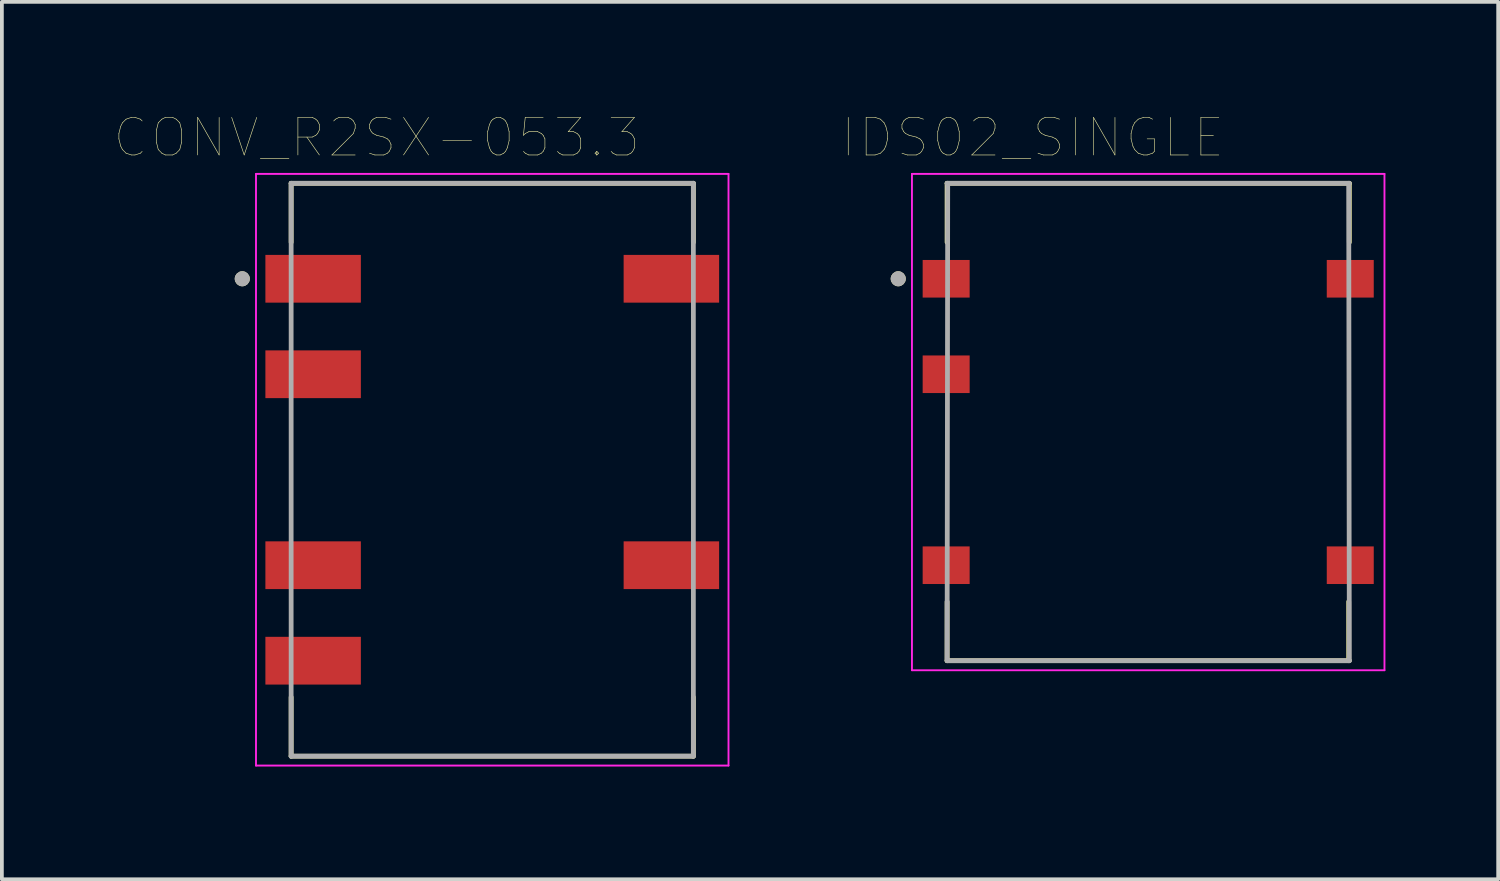
<source format=kicad_pcb>
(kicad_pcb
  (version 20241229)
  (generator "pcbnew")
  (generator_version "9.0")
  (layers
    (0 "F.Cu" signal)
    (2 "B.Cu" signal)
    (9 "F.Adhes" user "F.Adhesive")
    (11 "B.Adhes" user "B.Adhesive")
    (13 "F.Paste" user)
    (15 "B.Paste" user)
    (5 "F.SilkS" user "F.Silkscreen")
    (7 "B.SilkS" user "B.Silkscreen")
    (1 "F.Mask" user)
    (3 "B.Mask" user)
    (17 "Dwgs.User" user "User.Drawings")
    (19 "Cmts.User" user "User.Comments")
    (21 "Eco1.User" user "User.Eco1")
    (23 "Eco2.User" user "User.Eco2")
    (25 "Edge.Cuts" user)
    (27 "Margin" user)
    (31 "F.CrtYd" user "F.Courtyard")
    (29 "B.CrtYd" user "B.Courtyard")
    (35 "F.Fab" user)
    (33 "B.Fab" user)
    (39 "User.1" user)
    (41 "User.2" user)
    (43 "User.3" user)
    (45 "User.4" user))
  (footprint "IDS02_SINGLE"
    (layer "F.Cu")
    (at 27.495 9.446)
    (property "Reference" "IDS02_SINGLE" (at -3.075 -8.835 0) (layer "F.SilkS") (effects (font (size 1 1) (thickness 0.015))))
    (attr smd)
    (fp_line (start -5.35 -7.62) (end 5.35 -7.62) (stroke (width 0.127) (type solid)) (layer "F.SilkS"))
    (fp_line (start -5.35 -6.05) (end -5.35 -7.62) (stroke (width 0.127) (type solid)) (layer "F.SilkS"))
    (fp_line (start -5.35 3.51) (end -5.35 5.08) (stroke (width 0.127) (type solid)) (layer "F.SilkS"))
    (fp_line (start -5.35 5.08) (end 5.35 5.08) (stroke (width 0.127) (type solid)) (layer "F.SilkS"))
    (fp_line (start 5.334 5.08) (end 5.334 3.51) (stroke (width 0.127) (type solid)) (layer "F.SilkS"))
    (fp_line (start 5.35 -7.62) (end 5.35 -6.05) (stroke (width 0.127) (type solid)) (layer "F.SilkS"))
    (fp_circle (center -6.65 -5.08) (end -6.55 -5.08) (stroke (width 0.2) (type solid)) (fill no) (layer "F.SilkS"))
    (fp_line (start -6.285 -7.87) (end 6.285 -7.87) (stroke (width 0.05) (type solid)) (layer "F.CrtYd"))
    (fp_line (start -6.285 5.334) (end -6.285 -7.87) (stroke (width 0.05) (type solid)) (layer "F.CrtYd"))
    (fp_line (start 6.285 -7.87) (end 6.285 5.334) (stroke (width 0.05) (type solid)) (layer "F.CrtYd"))
    (fp_line (start 6.285 5.334) (end -6.285 5.334) (stroke (width 0.05) (type solid)) (layer "F.CrtYd"))
    (fp_line (start -5.35 -7.62) (end 5.35 -7.62) (stroke (width 0.127) (type solid)) (layer "F.Fab"))
    (fp_line (start -5.35 5.08) (end -5.334 -7.62) (stroke (width 0.127) (type solid)) (layer "F.Fab"))
    (fp_line (start 5.334 -7.62) (end 5.35 5.08) (stroke (width 0.127) (type solid)) (layer "F.Fab"))
    (fp_line (start 5.35 5.08) (end -5.35 5.08) (stroke (width 0.127) (type solid)) (layer "F.Fab"))
    (fp_circle (center -6.65 -5.08) (end -6.55 -5.08) (stroke (width 0.2) (type solid)) (fill no) (layer "F.Fab"))
    (pad "1" smd rect (at -5.375 -5.08) (size 1.25 1) (layers "F.Cu" "F.Mask" "F.Paste"))
    (pad "2" smd rect (at -5.375 -2.54) (size 1.25 1) (layers "F.Cu" "F.Mask" "F.Paste"))
    (pad "4" smd rect (at -5.375 2.54) (size 1.25 1) (layers "F.Cu" "F.Mask" "F.Paste"))
    (pad "5" smd rect (at 5.375 2.54) (size 1.25 1) (layers "F.Cu" "F.Mask" "F.Paste"))
    (pad "8" smd rect (at 5.375 -5.08) (size 1.25 1) (layers "F.Cu" "F.Mask" "F.Paste")))
  (footprint "CONV_R2SX-053.3"
    (layer "F.Cu")
    (at 10.045 9.446)
    (property "Reference" "CONV_R2SX-053.3" (at -3.075 -8.835 0) (layer "F.SilkS") (effects (font (size 1 1) (thickness 0.015))))
    (attr through_hole)
    (fp_line (start -5.35 -7.62) (end 5.35 -7.62) (stroke (width 0.127) (type solid)) (layer "F.SilkS"))
    (fp_line (start -5.35 -6.05) (end -5.35 -7.62) (stroke (width 0.127) (type solid)) (layer "F.SilkS"))
    (fp_line (start -5.35 6.05) (end -5.35 7.62) (stroke (width 0.127) (type solid)) (layer "F.SilkS"))
    (fp_line (start -5.35 7.62) (end 5.35 7.62) (stroke (width 0.127) (type solid)) (layer "F.SilkS"))
    (fp_line (start 5.35 -7.62) (end 5.35 -6.05) (stroke (width 0.127) (type solid)) (layer "F.SilkS"))
    (fp_line (start 5.35 7.62) (end 5.35 6.05) (stroke (width 0.127) (type solid)) (layer "F.SilkS"))
    (fp_circle (center -6.65 -5.08) (end -6.55 -5.08) (stroke (width 0.2) (type solid)) (fill no) (layer "F.SilkS"))
    (fp_line (start -6.285 -7.87) (end 6.285 -7.87) (stroke (width 0.05) (type solid)) (layer "F.CrtYd"))
    (fp_line (start -6.285 7.87) (end -6.285 -7.87) (stroke (width 0.05) (type solid)) (layer "F.CrtYd"))
    (fp_line (start 6.285 -7.87) (end 6.285 7.87) (stroke (width 0.05) (type solid)) (layer "F.CrtYd"))
    (fp_line (start 6.285 7.87) (end -6.285 7.87) (stroke (width 0.05) (type solid)) (layer "F.CrtYd"))
    (fp_line (start -5.35 -7.62) (end 5.35 -7.62) (stroke (width 0.127) (type solid)) (layer "F.Fab"))
    (fp_line (start -5.35 7.62) (end -5.35 -7.62) (stroke (width 0.127) (type solid)) (layer "F.Fab"))
    (fp_line (start 5.35 -7.62) (end 5.35 7.62) (stroke (width 0.127) (type solid)) (layer "F.Fab"))
    (fp_line (start 5.35 7.62) (end -5.35 7.62) (stroke (width 0.127) (type solid)) (layer "F.Fab"))
    (fp_circle (center -6.65 -5.08) (end -6.55 -5.08) (stroke (width 0.2) (type solid)) (fill no) (layer "F.Fab"))
    (pad "1" smd rect (at -4.765 -5.08) (size 2.54 1.27) (layers "F.Cu" "F.Mask" "F.Paste"))
    (pad "2" smd rect (at -4.765 -2.54) (size 2.54 1.27) (layers "F.Cu" "F.Mask" "F.Paste"))
    (pad "4" smd rect (at -4.765 2.54) (size 2.54 1.27) (layers "F.Cu" "F.Mask" "F.Paste"))
    (pad "5" smd rect (at -4.765 5.08) (size 2.54 1.27) (layers "F.Cu" "F.Mask" "F.Paste"))
    (pad "7" smd rect (at 4.765 2.54) (size 2.54 1.27) (layers "F.Cu" "F.Mask" "F.Paste"))
    (pad "10" smd rect (at 4.765 -5.08) (size 2.54 1.27) (layers "F.Cu" "F.Mask" "F.Paste")))
  (gr_rect
    (start -3 -3)
    (end 36.805 20.341)
    (stroke (width 0.1) (type default))
    (fill no)
    (layer "Edge.Cuts")))
</source>
